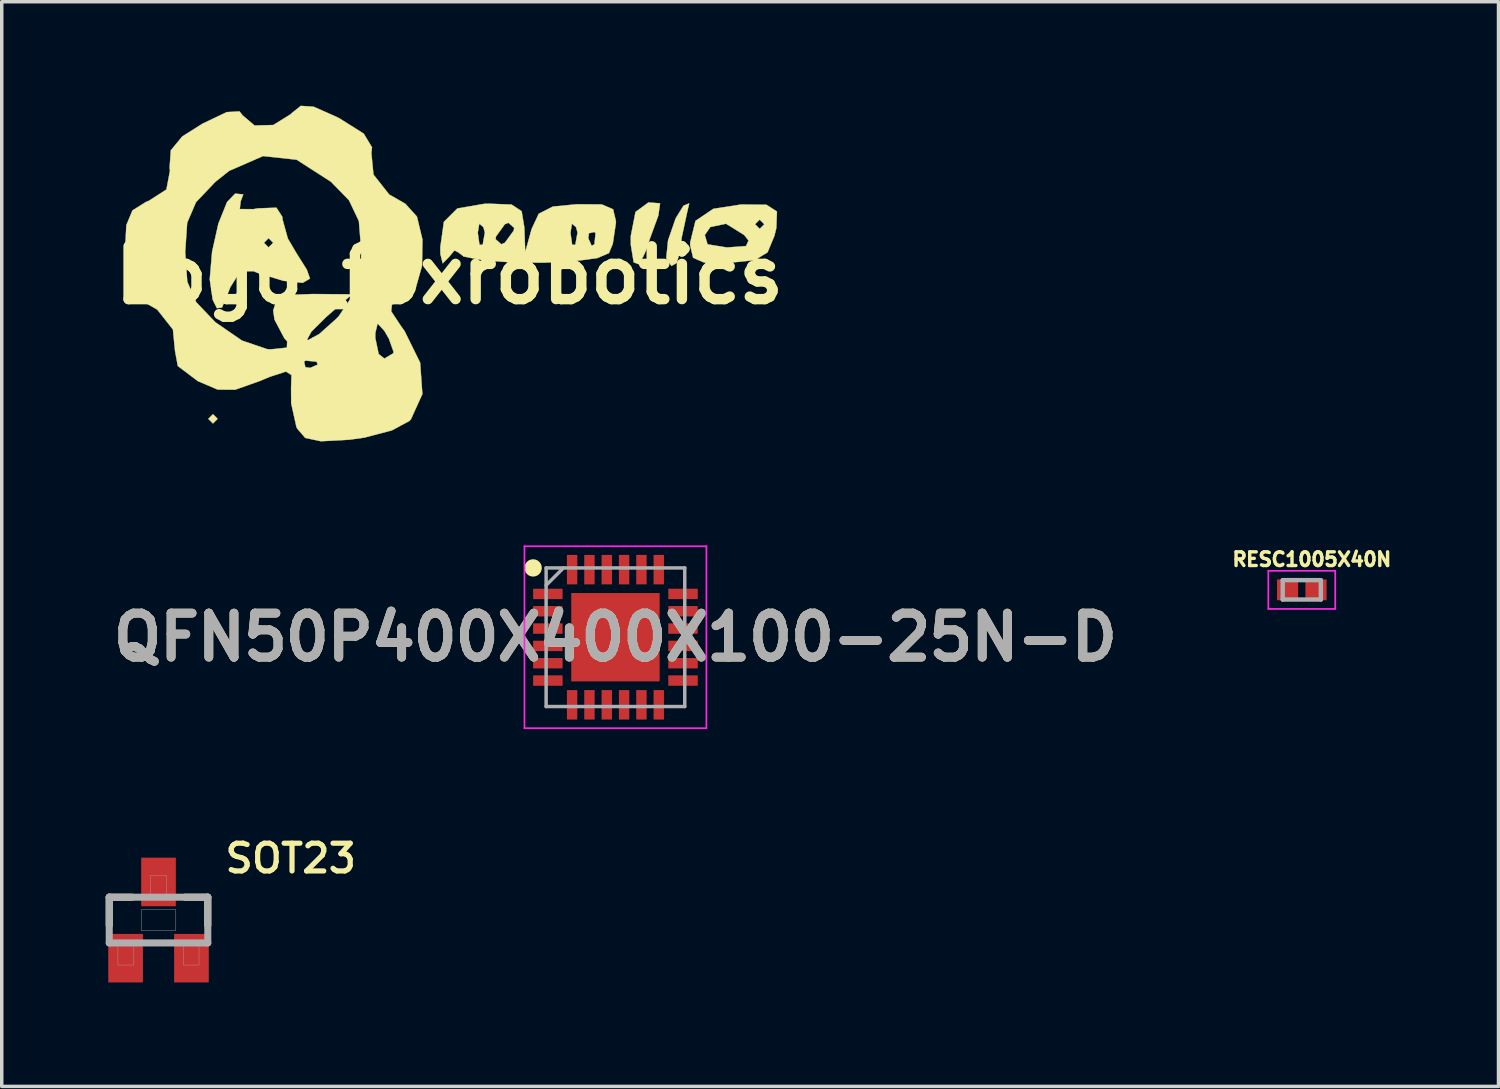
<source format=kicad_pcb>
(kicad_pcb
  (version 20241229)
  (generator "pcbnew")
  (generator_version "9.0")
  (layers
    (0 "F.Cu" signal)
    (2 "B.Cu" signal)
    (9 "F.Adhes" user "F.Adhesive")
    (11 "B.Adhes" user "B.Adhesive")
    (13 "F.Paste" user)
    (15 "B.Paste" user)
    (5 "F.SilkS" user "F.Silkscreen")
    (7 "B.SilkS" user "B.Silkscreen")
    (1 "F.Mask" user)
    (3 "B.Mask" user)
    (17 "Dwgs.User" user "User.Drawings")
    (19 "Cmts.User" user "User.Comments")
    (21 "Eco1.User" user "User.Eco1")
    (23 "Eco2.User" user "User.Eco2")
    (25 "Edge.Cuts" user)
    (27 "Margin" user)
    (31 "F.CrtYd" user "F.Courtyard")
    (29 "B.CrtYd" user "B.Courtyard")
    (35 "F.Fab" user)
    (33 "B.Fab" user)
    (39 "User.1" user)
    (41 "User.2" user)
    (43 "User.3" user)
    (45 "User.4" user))
  (footprint "QFN50P400X400X100-25N-D"
    (layer "F.Cu")
    (at 14.708 15.337)
    (property "Reference" "QFN50P400X400X100-25N-D" (at 0 0 0) (layer "F.SilkS") (effects (font (size 1.27 1.27) (thickness 0.254))))
    (attr smd)
    (fp_circle (center -2.375 -2) (end -2.375 -1.875) (stroke (width 0.25) (type solid)) (fill no) (layer "F.SilkS"))
    (fp_line (start -2.625 -2.625) (end 2.625 -2.625) (stroke (width 0.05) (type solid)) (layer "F.CrtYd"))
    (fp_line (start -2.625 2.625) (end -2.625 -2.625) (stroke (width 0.05) (type solid)) (layer "F.CrtYd"))
    (fp_line (start 2.625 -2.625) (end 2.625 2.625) (stroke (width 0.05) (type solid)) (layer "F.CrtYd"))
    (fp_line (start 2.625 2.625) (end -2.625 2.625) (stroke (width 0.05) (type solid)) (layer "F.CrtYd"))
    (fp_line (start -2 -2) (end 2 -2) (stroke (width 0.1) (type solid)) (layer "F.Fab"))
    (fp_line (start -2 -1.5) (end -1.5 -2) (stroke (width 0.1) (type solid)) (layer "F.Fab"))
    (fp_line (start -2 2) (end -2 -2) (stroke (width 0.1) (type solid)) (layer "F.Fab"))
    (fp_line (start 2 -2) (end 2 2) (stroke (width 0.1) (type solid)) (layer "F.Fab"))
    (fp_line (start 2 2) (end -2 2) (stroke (width 0.1) (type solid)) (layer "F.Fab"))
    (fp_text user "${REFERENCE}" (at 0 0 0) (layer "F.Fab") (effects (font (size 1.27 1.27) (thickness 0.254))))
    (pad "1" smd rect (at -1.95 -1.25 90) (size 0.3 0.85) (layers "F.Cu" "F.Mask" "F.Paste"))
    (pad "2" smd rect (at -1.95 -0.75 90) (size 0.3 0.85) (layers "F.Cu" "F.Mask" "F.Paste"))
    (pad "3" smd rect (at -1.95 -0.25 90) (size 0.3 0.85) (layers "F.Cu" "F.Mask" "F.Paste"))
    (pad "4" smd rect (at -1.95 0.25 90) (size 0.3 0.85) (layers "F.Cu" "F.Mask" "F.Paste"))
    (pad "5" smd rect (at -1.95 0.75 90) (size 0.3 0.85) (layers "F.Cu" "F.Mask" "F.Paste"))
    (pad "6" smd rect (at -1.95 1.25 90) (size 0.3 0.85) (layers "F.Cu" "F.Mask" "F.Paste"))
    (pad "7" smd rect (at -1.25 1.95) (size 0.3 0.85) (layers "F.Cu" "F.Mask" "F.Paste"))
    (pad "8" smd rect (at -0.75 1.95) (size 0.3 0.85) (layers "F.Cu" "F.Mask" "F.Paste"))
    (pad "9" smd rect (at -0.25 1.95) (size 0.3 0.85) (layers "F.Cu" "F.Mask" "F.Paste"))
    (pad "10" smd rect (at 0.25 1.95) (size 0.3 0.85) (layers "F.Cu" "F.Mask" "F.Paste"))
    (pad "11" smd rect (at 0.75 1.95) (size 0.3 0.85) (layers "F.Cu" "F.Mask" "F.Paste"))
    (pad "12" smd rect (at 1.25 1.95) (size 0.3 0.85) (layers "F.Cu" "F.Mask" "F.Paste"))
    (pad "13" smd rect (at 1.95 1.25 90) (size 0.3 0.85) (layers "F.Cu" "F.Mask" "F.Paste"))
    (pad "14" smd rect (at 1.95 0.75 90) (size 0.3 0.85) (layers "F.Cu" "F.Mask" "F.Paste"))
    (pad "15" smd rect (at 1.95 0.25 90) (size 0.3 0.85) (layers "F.Cu" "F.Mask" "F.Paste"))
    (pad "16" smd rect (at 1.95 -0.25 90) (size 0.3 0.85) (layers "F.Cu" "F.Mask" "F.Paste"))
    (pad "17" smd rect (at 1.95 -0.75 90) (size 0.3 0.85) (layers "F.Cu" "F.Mask" "F.Paste"))
    (pad "18" smd rect (at 1.95 -1.25 90) (size 0.3 0.85) (layers "F.Cu" "F.Mask" "F.Paste"))
    (pad "19" smd rect (at 1.25 -1.95) (size 0.3 0.85) (layers "F.Cu" "F.Mask" "F.Paste"))
    (pad "20" smd rect (at 0.75 -1.95) (size 0.3 0.85) (layers "F.Cu" "F.Mask" "F.Paste"))
    (pad "21" smd rect (at 0.25 -1.95) (size 0.3 0.85) (layers "F.Cu" "F.Mask" "F.Paste"))
    (pad "22" smd rect (at -0.25 -1.95) (size 0.3 0.85) (layers "F.Cu" "F.Mask" "F.Paste"))
    (pad "23" smd rect (at -0.75 -1.95) (size 0.3 0.85) (layers "F.Cu" "F.Mask" "F.Paste"))
    (pad "24" smd rect (at -1.25 -1.95) (size 0.3 0.85) (layers "F.Cu" "F.Mask" "F.Paste"))
    (pad "25" smd rect (at 0 0) (size 2.55 2.55) (layers "F.Cu" "F.Mask" "F.Paste")))
  (footprint "SOT23"
    (layer "F.Cu")
    (at 1.524 23.498)
    (property "Reference" "SOT23" (at 3.814 -1.78 0) (layer "F.SilkS") (effects (font (size 0.801 0.801) (thickness 0.15))))
    (attr through_hole)
    (fp_line (start -1.422 -0.66) (end -0.764 -0.66) (stroke (width 0.203) (type solid)) (layer "F.SilkS"))
    (fp_line (start -1.422 0.152) (end -1.422 -0.66) (stroke (width 0.203) (type solid)) (layer "F.SilkS"))
    (fp_line (start 0.764 -0.66) (end 1.422 -0.66) (stroke (width 0.203) (type solid)) (layer "F.SilkS"))
    (fp_line (start 1.422 -0.66) (end 1.422 0.152) (stroke (width 0.203) (type solid)) (layer "F.SilkS"))
    (fp_poly (pts (xy -0.501 -0.3) (xy 0.5 -0.3) (xy 0.5 0.301) (xy -0.501 0.301)) (stroke (width 0.01) (type solid)) (fill no) (layer "Dwgs.User"))
    (fp_line (start -1.422 -0.66) (end 1.422 -0.66) (stroke (width 0.203) (type solid)) (layer "F.Fab"))
    (fp_line (start -1.422 0.66) (end -1.422 -0.66) (stroke (width 0.203) (type solid)) (layer "F.Fab"))
    (fp_line (start 1.422 -0.66) (end 1.422 0.66) (stroke (width 0.203) (type solid)) (layer "F.Fab"))
    (fp_line (start 1.422 0.66) (end -1.422 0.66) (stroke (width 0.203) (type solid)) (layer "F.Fab"))
    (fp_poly (pts (xy -1.171 0.711) (xy -0.711 0.711) (xy -0.711 1.298) (xy -1.171 1.298)) (stroke (width 0.01) (type solid)) (fill no) (layer "F.Fab"))
    (fp_poly (pts (xy -0.229 -1.295) (xy 0.229 -1.295) (xy 0.229 -0.712) (xy -0.229 -0.712)) (stroke (width 0.01) (type solid)) (fill no) (layer "F.Fab"))
    (fp_poly (pts (xy 0.712 0.711) (xy 1.168 0.711) (xy 1.168 1.297) (xy 0.712 1.297)) (stroke (width 0.01) (type solid)) (fill no) (layer "F.Fab"))
    (pad "1" smd rect (at -0.95 1.1) (size 1 1.4) (layers "F.Cu" "F.Mask" "F.Paste"))
    (pad "2" smd rect (at 0.95 1.1) (size 1 1.4) (layers "F.Cu" "F.Mask" "F.Paste"))
    (pad "3" smd rect (at 0 -1.1) (size 1 1.4) (layers "F.Cu" "F.Mask" "F.Paste")))
  (footprint "RESC1005X40N"
    (layer "F.Cu")
    (at 34.512 13.97)
    (property "Reference" "RESC1005X40N" (at 0.29 -0.88 0) (layer "F.SilkS") (effects (font (size 0.394 0.394) (thickness 0.15))))
    (attr through_hole)
    (fp_line (start -0.965 -0.55) (end 0.965 -0.55) (stroke (width 0.05) (type solid)) (layer "F.CrtYd"))
    (fp_line (start -0.965 0.55) (end -0.965 -0.55) (stroke (width 0.05) (type solid)) (layer "F.CrtYd"))
    (fp_line (start -0.965 0.55) (end 0.965 0.55) (stroke (width 0.05) (type solid)) (layer "F.CrtYd"))
    (fp_line (start 0.965 0.55) (end 0.965 -0.55) (stroke (width 0.05) (type solid)) (layer "F.CrtYd"))
    (fp_line (start -0.55 0.28) (end -0.55 -0.28) (stroke (width 0.127) (type solid)) (layer "F.Fab"))
    (fp_line (start 0.55 -0.28) (end -0.55 -0.28) (stroke (width 0.127) (type solid)) (layer "F.Fab"))
    (fp_line (start 0.55 0.28) (end -0.55 0.28) (stroke (width 0.127) (type solid)) (layer "F.Fab"))
    (fp_line (start 0.55 0.28) (end 0.55 -0.28) (stroke (width 0.127) (type solid)) (layer "F.Fab"))
    (pad "1" smd rect (at -0.41 0) (size 0.61 0.6) (layers "F.Cu" "F.Mask" "F.Paste"))
    (pad "2" smd rect (at 0.41 0) (size 0.61 0.6) (layers "F.Cu" "F.Mask" "F.Paste")))
  (footprint "Logo_foxrobotics"
    (layer "F.Cu")
    (at 9.913 4.891)
    (property "Reference" "Logo_foxrobotics" (at 0 0 0) (layer "F.SilkS") (effects (font (size 1.524 1.524) (thickness 0.3))))
    (attr through_hole)
    (fp_poly (pts (xy -6.684 4.144) (xy -6.818 4.278) (xy -6.952 4.144) (xy -6.818 4.011) (xy -6.684 4.144)) (stroke (width 0.01) (type solid)) (fill yes) (layer "F.SilkS"))
    (fp_poly (pts (xy 6.857 -1.783) (xy 6.705 -1.079) (xy 6.684 -0.78) (xy 6.566 -0.358) (xy 6.412 -0.267) (xy 6.261 -0.491) (xy 6.313 -1.003) (xy 6.533 -1.641) (xy 6.758 -2.005) (xy 6.924 -2.074) (xy 6.857 -1.783)) (stroke (width 0.01) (type solid)) (fill yes) (layer "F.SilkS"))
    (fp_poly (pts (xy 6.083 -2.075) (xy 6.033 -1.72) (xy 6.024 -1.698) (xy 5.778 -1.025) (xy 5.687 -0.735) (xy 5.489 -0.309) (xy 5.322 -0.371) (xy 5.239 -0.875) (xy 5.239 -1.136) (xy 5.374 -1.825) (xy 5.746 -2.099) (xy 6.083 -2.075)) (stroke (width 0.01) (type solid)) (fill yes) (layer "F.SilkS"))
    (fp_poly (pts (xy -5.944 -2.332) (xy -6.018 -2.135) (xy -6.045 -1.909) (xy -5.651 -1.906) (xy -5.521 -1.929) (xy -4.987 -1.948) (xy -4.815 -1.681) (xy -4.813 -1.618) (xy -4.658 -1.059) (xy -4.42 -0.653) (xy -4.111 -0.162) (xy -4.019 0.098) (xy -4.232 0.221) (xy -4.779 0.163) (xy -5.498 -0.054) (xy -5.653 -0.117) (xy -6.033 -0.109) (xy -6.32 0.349) (xy -6.358 0.45) (xy -6.558 0.934) (xy -6.705 0.951) (xy -6.826 0.707) (xy -6.911 0.117) (xy -6.843 -0.678) (xy -6.785 -0.936) (xy -5.347 -0.936) (xy -5.214 -0.802) (xy -5.08 -0.936) (xy -5.214 -1.069) (xy -5.347 -0.936) (xy -6.785 -0.936) (xy -6.663 -1.485) (xy -6.412 -2.11) (xy -6.179 -2.354) (xy -5.944 -2.332)) (stroke (width 0.01) (type solid)) (fill yes) (layer "F.SilkS"))
    (fp_poly (pts (xy 9.151 -2.033) (xy 9.455 -1.838) (xy 9.437 -1.359) (xy 9.382 -1.135) (xy 9.184 -0.659) (xy 8.813 -0.435) (xy 8.089 -0.359) (xy 8.069 -0.358) (xy 7.361 -0.363) (xy 7.037 -0.502) (xy 6.953 -0.852) (xy 6.952 -0.944) (xy 7.004 -1.159) (xy 7.373 -1.159) (xy 7.453 -0.891) (xy 8.001 -0.802) (xy 8.04 -0.802) (xy 8.564 -0.842) (xy 8.635 -1.001) (xy 8.511 -1.159) (xy 8.011 -1.471) (xy 8.823 -1.471) (xy 8.957 -1.337) (xy 9.091 -1.471) (xy 8.957 -1.604) (xy 8.823 -1.471) (xy 8.011 -1.471) (xy 7.988 -1.485) (xy 7.534 -1.392) (xy 7.373 -1.159) (xy 7.004 -1.159) (xy 7.105 -1.568) (xy 7.619 -1.916) (xy 8.422 -2.04) (xy 9.151 -2.033)) (stroke (width 0.01) (type solid)) (fill yes) (layer "F.SilkS"))
    (fp_poly (pts (xy 1.798 -2.038) (xy 2.088 -1.848) (xy 2.165 -1.387) (xy 2.166 -1.377) (xy 2.192 -0.668) (xy 2.347 -1.225) (xy 3.497 -1.225) (xy 3.546 -0.879) (xy 3.637 -0.875) (xy 3.672 -1.069) (xy 4.011 -1.069) (xy 4.108 -0.849) (xy 4.189 -0.891) (xy 4.221 -1.209) (xy 4.189 -1.248) (xy 4.03 -1.211) (xy 4.011 -1.069) (xy 3.672 -1.069) (xy 3.701 -1.232) (xy 3.658 -1.387) (xy 3.54 -1.488) (xy 3.497 -1.225) (xy 2.347 -1.225) (xy 2.378 -1.337) (xy 2.583 -1.774) (xy 2.99 -1.981) (xy 3.688 -2.048) (xy 4.402 -2.042) (xy 4.727 -1.903) (xy 4.808 -1.564) (xy 4.809 -1.514) (xy 4.719 -0.907) (xy 4.608 -0.638) (xy 4.271 -0.494) (xy 3.586 -0.402) (xy 2.705 -0.361) (xy 1.782 -0.371) (xy 0.968 -0.431) (xy 0.415 -0.54) (xy 0.263 -0.658) (xy 0.15 -0.715) (xy 0 -0.535) (xy -0.189 -0.34) (xy -0.256 -0.613) (xy -0.259 -0.802) (xy -0.199 -1.225) (xy 0.823 -1.225) (xy 0.872 -0.879) (xy 0.964 -0.875) (xy 0.993 -1.038) (xy 1.337 -1.038) (xy 1.502 -0.893) (xy 1.604 -0.936) (xy 1.862 -1.29) (xy 1.872 -1.368) (xy 1.707 -1.513) (xy 1.604 -1.471) (xy 1.347 -1.116) (xy 1.337 -1.038) (xy 0.993 -1.038) (xy 1.027 -1.232) (xy 0.985 -1.387) (xy 0.866 -1.488) (xy 0.823 -1.225) (xy -0.199 -1.225) (xy -0.155 -1.54) (xy 0.233 -1.926) (xy 1.013 -2.06) (xy 1.136 -2.064) (xy 1.798 -2.038)) (stroke (width 0.01) (type solid)) (fill yes) (layer "F.SilkS"))
    (fp_poly (pts (xy -3.915 -4.862) (xy -3.278 -4.58) (xy -3.168 -4.525) (xy -2.468 -4.085) (xy -2.229 -3.689) (xy -2.248 -3.53) (xy -2.187 -2.904) (xy -1.733 -2.328) (xy -1.27 -2.064) (xy -0.933 -1.692) (xy -0.773 -1.028) (xy -0.786 -0.271) (xy -0.969 0.377) (xy -1.317 0.719) (xy -1.324 0.721) (xy -1.654 0.839) (xy -1.675 1.042) (xy -1.381 1.486) (xy -1.291 1.609) (xy -0.84 2.525) (xy -0.776 3.43) (xy -1.108 4.161) (xy -1.15 4.205) (xy -1.653 4.476) (xy -2.454 4.687) (xy -2.881 4.746) (xy -3.703 4.791) (xy -4.155 4.695) (xy -4.39 4.422) (xy -4.411 4.375) (xy -4.561 3.697) (xy -4.564 3.263) (xy -4.553 2.881) (xy -4.712 2.78) (xy -5.176 2.931) (xy -5.482 3.058) (xy -6.179 3.304) (xy -6.682 3.3) (xy -7.254 3.056) (xy -7.832 2.62) (xy -7.855 2.495) (xy -4.189 2.495) (xy -4.152 2.654) (xy -4.011 2.674) (xy -3.79 2.576) (xy -3.832 2.495) (xy -4.15 2.463) (xy -4.189 2.495) (xy -7.855 2.495) (xy -7.912 2.192) (xy -7.973 1.567) (xy -8.426 0.992) (xy -8.89 0.727) (xy -9.202 0.452) (xy -9.34 -0.15) (xy -9.358 -0.667) (xy -9.358 -0.668) (xy -7.62 -0.668) (xy -7.559 0.188) (xy -7.302 0.779) (xy -6.747 1.359) (xy -5.981 1.886) (xy -5.253 2.134) (xy -5.156 2.139) (xy -4.685 2.09) (xy -4.677 1.909) (xy -4.759 1.818) (xy -5.042 1.282) (xy -5.08 1.016) (xy -4.976 0.706) (xy -4.579 0.567) (xy -3.944 0.543) (xy -2.807 0.552) (xy -3.558 1.212) (xy -3.979 1.63) (xy -4.104 1.858) (xy -4.072 1.872) (xy -3.95 1.805) (xy -2.135 1.805) (xy -2.037 2.274) (xy -1.872 2.406) (xy -1.615 2.253) (xy -1.608 2.206) (xy -1.742 1.831) (xy -1.872 1.604) (xy -2.067 1.394) (xy -2.132 1.66) (xy -2.135 1.805) (xy -3.95 1.805) (xy -3.747 1.694) (xy -3.261 1.258) (xy -3.188 1.182) (xy -2.722 0.489) (xy -2.548 -0.391) (xy -2.54 -0.712) (xy -2.608 -1.563) (xy -2.894 -2.164) (xy -3.413 -2.696) (xy -4.404 -3.333) (xy -5.373 -3.438) (xy -6.351 -3.011) (xy -6.747 -2.696) (xy -7.308 -2.107) (xy -7.562 -1.514) (xy -7.62 -0.668) (xy -9.358 -0.668) (xy -9.317 -1.446) (xy -9.141 -1.87) (xy -8.747 -2.116) (xy -8.67 -2.146) (xy -8.161 -2.473) (xy -8.059 -3.012) (xy -8.069 -3.102) (xy -8.034 -3.603) (xy -7.704 -4.004) (xy -7.12 -4.372) (xy -6.42 -4.706) (xy -6.053 -4.727) (xy -5.962 -4.612) (xy -5.619 -4.32) (xy -5.078 -4.334) (xy -4.575 -4.645) (xy -4.552 -4.671) (xy -4.284 -4.886) (xy -3.915 -4.862)) (stroke (width 0.01) (type solid)) (fill yes) (layer "F.SilkS")))
  (gr_rect
    (start -3 -3)
    (end 40.188 28.298)
    (stroke (width 0.1) (type default))
    (fill no)
    (layer "Edge.Cuts")))
</source>
